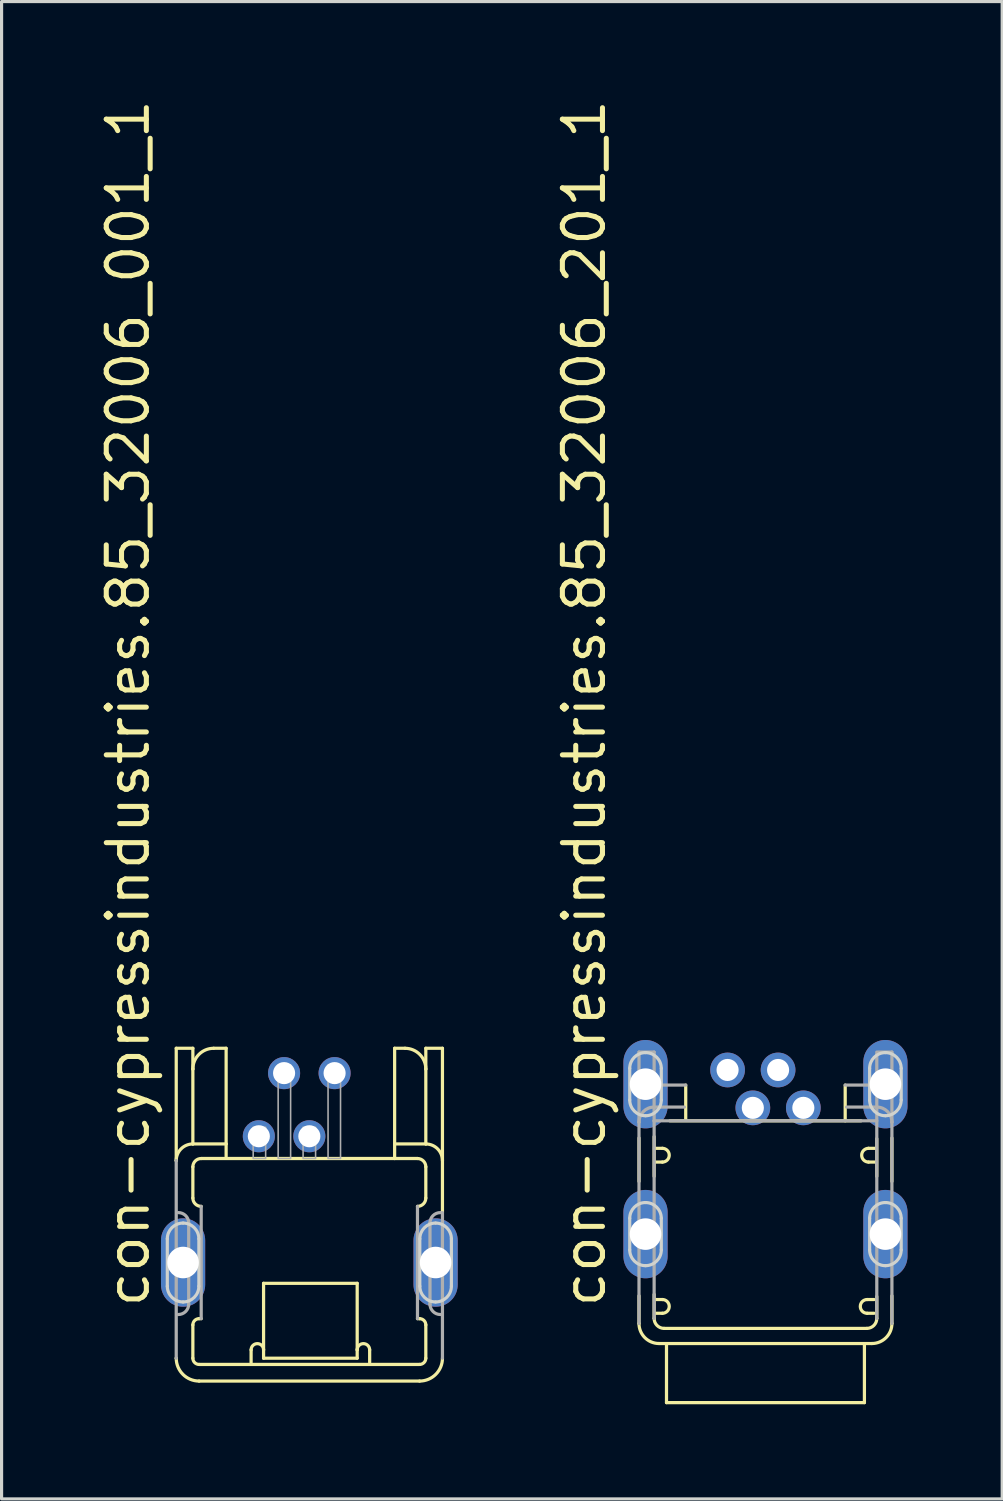
<source format=kicad_pcb>
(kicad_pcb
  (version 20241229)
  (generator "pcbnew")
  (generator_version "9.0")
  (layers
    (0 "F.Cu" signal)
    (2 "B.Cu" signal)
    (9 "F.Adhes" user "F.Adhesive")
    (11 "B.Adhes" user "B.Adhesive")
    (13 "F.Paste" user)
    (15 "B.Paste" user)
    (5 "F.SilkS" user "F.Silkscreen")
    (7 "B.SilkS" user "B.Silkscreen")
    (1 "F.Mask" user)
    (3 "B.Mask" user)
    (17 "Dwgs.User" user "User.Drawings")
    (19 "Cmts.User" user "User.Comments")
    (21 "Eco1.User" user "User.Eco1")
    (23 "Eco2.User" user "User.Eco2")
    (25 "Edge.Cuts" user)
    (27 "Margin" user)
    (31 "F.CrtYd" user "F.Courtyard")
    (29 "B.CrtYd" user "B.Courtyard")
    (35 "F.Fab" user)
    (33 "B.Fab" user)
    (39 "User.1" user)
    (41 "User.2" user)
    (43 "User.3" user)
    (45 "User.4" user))
  (footprint "con-cypressindustries.85_32006_001_1"
    (layer "F.Cu")
    (at 6.75 36.947)
    (property "Reference" "con-cypressindustries.85_32006_001_1" (at -5 1.5 90) (layer "F.SilkS") (effects (font (size 1.27 1.27) (thickness 0.16)) (justify left bottom)))
    (attr through_hole)
    (fp_line (start -4.217 -6.787) (end -4.217 -3.229) (stroke (width 0.102) (type default)) (layer "F.SilkS"))
    (fp_line (start -4.217 -6.787) (end -3.69 -6.787) (stroke (width 0.102) (type default)) (layer "F.SilkS"))
    (fp_line (start -4.217 -3.229) (end -4.217 -3.229) (stroke (width 0.102) (type default)) (layer "F.SilkS"))
    (fp_line (start -4.217 3.031) (end -4.217 3.031) (stroke (width 0.102) (type default)) (layer "F.SilkS"))
    (fp_line (start -3.69 -6.787) (end -3.69 -6.128) (stroke (width 0.102) (type default)) (layer "F.SilkS"))
    (fp_line (start -3.69 -6.128) (end -3.69 -3.756) (stroke (width 0.102) (type default)) (layer "F.SilkS"))
    (fp_line (start -3.69 -3.756) (end -2.636 -3.756) (stroke (width 0.102) (type default)) (layer "F.SilkS"))
    (fp_line (start -3.69 -3.031) (end -3.69 -2.043) (stroke (width 0.102) (type default)) (layer "F.SilkS"))
    (fp_line (start -3.69 1.977) (end -3.69 3.031) (stroke (width 0.102) (type default)) (layer "F.SilkS"))
    (fp_line (start -3.492 3.229) (end 3.492 3.229) (stroke (width 0.102) (type default)) (layer "F.SilkS"))
    (fp_line (start -3.492 3.756) (end 3.492 3.756) (stroke (width 0.102) (type default)) (layer "F.SilkS"))
    (fp_line (start -3.426 1.779) (end -3.492 1.779) (stroke (width 0.102) (type default)) (layer "F.SilkS"))
    (fp_line (start -2.636 -6.787) (end -3.031 -6.787) (stroke (width 0.102) (type default)) (layer "F.SilkS"))
    (fp_line (start -2.636 -3.756) (end -2.636 -6.787) (stroke (width 0.102) (type default)) (layer "F.SilkS"))
    (fp_line (start -2.636 -3.756) (end -2.636 -3.36) (stroke (width 0.102) (type default)) (layer "F.SilkS"))
    (fp_line (start -1.845 3.163) (end -1.845 2.767) (stroke (width 0.102) (type default)) (layer "F.SilkS"))
    (fp_line (start -1.45 0.659) (end 1.516 0.659) (stroke (width 0.102) (type default)) (layer "F.SilkS"))
    (fp_line (start -1.45 2.767) (end -1.45 0.659) (stroke (width 0.102) (type default)) (layer "F.SilkS"))
    (fp_line (start -1.45 3.031) (end -1.45 2.767) (stroke (width 0.102) (type default)) (layer "F.SilkS"))
    (fp_line (start 1.516 0.659) (end 1.516 2.767) (stroke (width 0.102) (type default)) (layer "F.SilkS"))
    (fp_line (start 1.516 2.767) (end 1.516 3.031) (stroke (width 0.102) (type default)) (layer "F.SilkS"))
    (fp_line (start 1.516 3.031) (end -1.45 3.031) (stroke (width 0.102) (type default)) (layer "F.SilkS"))
    (fp_line (start 1.911 3.163) (end 1.911 2.767) (stroke (width 0.102) (type default)) (layer "F.SilkS"))
    (fp_line (start 2.702 -6.787) (end 2.702 -3.756) (stroke (width 0.102) (type default)) (layer "F.SilkS"))
    (fp_line (start 2.702 -6.787) (end 3.031 -6.787) (stroke (width 0.102) (type default)) (layer "F.SilkS"))
    (fp_line (start 2.702 -3.756) (end 2.702 -3.295) (stroke (width 0.102) (type default)) (layer "F.SilkS"))
    (fp_line (start 2.702 -3.756) (end 3.69 -3.756) (stroke (width 0.102) (type default)) (layer "F.SilkS"))
    (fp_line (start 2.702 -3.295) (end -3.426 -3.295) (stroke (width 0.102) (type default)) (layer "F.SilkS"))
    (fp_line (start 2.702 -3.295) (end 3.426 -3.295) (stroke (width 0.102) (type default)) (layer "F.SilkS"))
    (fp_line (start 3.492 1.779) (end 3.426 1.779) (stroke (width 0.102) (type default)) (layer "F.SilkS"))
    (fp_line (start 3.69 -6.787) (end 3.69 -6.128) (stroke (width 0.102) (type default)) (layer "F.SilkS"))
    (fp_line (start 3.69 -6.128) (end 3.69 -3.756) (stroke (width 0.102) (type default)) (layer "F.SilkS"))
    (fp_line (start 3.69 -3.031) (end 3.69 -2.043) (stroke (width 0.102) (type default)) (layer "F.SilkS"))
    (fp_line (start 3.69 1.977) (end 3.69 3.031) (stroke (width 0.102) (type default)) (layer "F.SilkS"))
    (fp_line (start 4.217 -6.787) (end 3.69 -6.787) (stroke (width 0.102) (type default)) (layer "F.SilkS"))
    (fp_line (start 4.217 -1.581) (end 4.217 -6.787) (stroke (width 0.102) (type default)) (layer "F.SilkS"))
    (fp_arc (start -4.217 -3.2287) (mid -4.062587 -3.601387) (end -3.6899 -3.7558) (stroke (width 0.1016) (type default)) (layer "F.SilkS"))
    (fp_arc (start -3.6899 -6.1279) (mid -3.496883 -6.593783) (end -3.031 -6.7868) (stroke (width 0.1016) (type default)) (layer "F.SilkS"))
    (fp_arc (start -3.6899 -3.0309) (mid -3.612693 -3.217293) (end -3.4263 -3.2945) (stroke (width 0.1016) (type default)) (layer "F.SilkS"))
    (fp_arc (start -3.6899 1.9768) (mid -3.631995 1.837005) (end -3.4922 1.7791) (stroke (width 0.1016) (type default)) (layer "F.SilkS"))
    (fp_arc (start -3.4922 3.2287) (mid -3.631966 3.170766) (end -3.6899 3.031) (stroke (width 0.1016) (type default)) (layer "F.SilkS"))
    (fp_arc (start -3.4922 3.7557) (mid -4.004711 3.543411) (end -4.217 3.0309) (stroke (width 0.1016) (type default)) (layer "F.SilkS"))
    (fp_arc (start -3.4263 -1.779) (mid -3.612693 -1.856207) (end -3.6899 -2.0426) (stroke (width 0.1016) (type default)) (layer "F.SilkS"))
    (fp_arc (start -1.8449 2.7674) (mid -1.64725 2.56975) (end -1.4496 2.7674) (stroke (width 0.1016) (type default)) (layer "F.SilkS"))
    (fp_arc (start 1.5155 2.7674) (mid 1.7132 2.5697) (end 1.9109 2.7674) (stroke (width 0.1016) (type default)) (layer "F.SilkS"))
    (fp_arc (start 3.031 -6.7868) (mid 3.496913 -6.593813) (end 3.6899 -6.1279) (stroke (width 0.1016) (type default)) (layer "F.SilkS"))
    (fp_arc (start 3.4263 -3.2945) (mid 3.612693 -3.217293) (end 3.6899 -3.0309) (stroke (width 0.1016) (type default)) (layer "F.SilkS"))
    (fp_arc (start 3.4922 1.7791) (mid 3.632083 1.836917) (end 3.6899 1.9768) (stroke (width 0.1016) (type default)) (layer "F.SilkS"))
    (fp_arc (start 3.6899 -2.0426) (mid 3.612693 -1.856207) (end 3.4263 -1.779) (stroke (width 0.1016) (type default)) (layer "F.SilkS"))
    (fp_arc (start 3.6899 3.031) (mid 3.631995 3.170795) (end 3.4922 3.2287) (stroke (width 0.1016) (type default)) (layer "F.SilkS"))
    (fp_arc (start 3.69 -3.7558) (mid 4.062716 -3.601416) (end 4.2171 -3.2287) (stroke (width 0.1016) (type default)) (layer "F.SilkS"))
    (fp_arc (start 4.217 3.031) (mid 4.004711 3.543511) (end 3.4922 3.7558) (stroke (width 0.1016) (type default)) (layer "F.SilkS"))
    (fp_line (start -4.5 0.75) (end -4.5 -0.75) (stroke (width 0.1) (type default)) (layer "Edge.Cuts"))
    (fp_line (start -3.5 -0.75) (end -3.5 0.75) (stroke (width 0.1) (type default)) (layer "Edge.Cuts"))
    (fp_line (start 3.5 0.75) (end 3.5 -0.75) (stroke (width 0.1) (type default)) (layer "Edge.Cuts"))
    (fp_line (start 4.5 -0.75) (end 4.5 0.75) (stroke (width 0.1) (type default)) (layer "Edge.Cuts"))
    (fp_arc (start -4.5 -0.75) (mid -4.353553 -1.103553) (end -4 -1.25) (stroke (width 0.1) (type default)) (layer "Edge.Cuts"))
    (fp_arc (start -4 -1.25) (mid -3.646447 -1.103553) (end -3.5 -0.75) (stroke (width 0.1) (type default)) (layer "Edge.Cuts"))
    (fp_arc (start -4 1.25) (mid -4.353553 1.103553) (end -4.5 0.75) (stroke (width 0.1) (type default)) (layer "Edge.Cuts"))
    (fp_arc (start -3.5 0.75) (mid -3.646447 1.103553) (end -4 1.25) (stroke (width 0.1) (type default)) (layer "Edge.Cuts"))
    (fp_arc (start 3.5 -0.75) (mid 3.646447 -1.103553) (end 4 -1.25) (stroke (width 0.1) (type default)) (layer "Edge.Cuts"))
    (fp_arc (start 4 -1.25) (mid 4.353553 -1.103553) (end 4.5 -0.75) (stroke (width 0.1) (type default)) (layer "Edge.Cuts"))
    (fp_arc (start 4 1.25) (mid 3.646447 1.103553) (end 3.5 0.75) (stroke (width 0.1) (type default)) (layer "Edge.Cuts"))
    (fp_arc (start 4.5 0.75) (mid 4.353553 1.103553) (end 4 1.25) (stroke (width 0.1) (type default)) (layer "Edge.Cuts"))
    (fp_line (start -4.217 -3.229) (end -4.217 3.031) (stroke (width 0.102) (type default)) (layer "F.Fab"))
    (fp_line (start -3.822 -1.252) (end -3.822 1.318) (stroke (width 0.102) (type default)) (layer "F.Fab"))
    (fp_line (start -3.426 -1.779) (end -3.426 1.779) (stroke (width 0.102) (type default)) (layer "F.Fab"))
    (fp_line (start 3.426 1.779) (end 3.426 -1.779) (stroke (width 0.102) (type default)) (layer "F.Fab"))
    (fp_line (start 3.822 1.318) (end 3.822 -1.252) (stroke (width 0.102) (type default)) (layer "F.Fab"))
    (fp_line (start 4.217 3.031) (end 4.217 -1.581) (stroke (width 0.102) (type default)) (layer "F.Fab"))
    (fp_rect (start -1.779 -3.295) (end -1.384 -4.283) (stroke (width 0.05) (type default)) (fill no) (layer "F.Fab"))
    (fp_rect (start -0.988 -3.295) (end -0.593 -6.26) (stroke (width 0.05) (type default)) (fill no) (layer "F.Fab"))
    (fp_rect (start -0.198 -3.295) (end 0.198 -4.283) (stroke (width 0.05) (type default)) (fill no) (layer "F.Fab"))
    (fp_rect (start 0.593 -3.295) (end 0.988 -6.26) (stroke (width 0.05) (type default)) (fill no) (layer "F.Fab"))
    (fp_arc (start -4.151 -1.5813) (mid -3.918079 -1.484821) (end -3.8216 -1.2519) (stroke (width 0.1016) (type default)) (layer "F.Fab"))
    (fp_arc (start -3.8217 1.3179) (mid -3.918179 1.550821) (end -4.1511 1.6473) (stroke (width 0.1016) (type default)) (layer "F.Fab"))
    (fp_arc (start 3.8218 -1.252) (mid 3.918279 -1.484921) (end 4.1512 -1.5814) (stroke (width 0.1016) (type default)) (layer "F.Fab"))
    (fp_arc (start 4.1511 1.6472) (mid 3.918179 1.550721) (end 3.8217 1.3178) (stroke (width 0.1016) (type default)) (layer "F.Fab"))
    (pad "1" thru_hole circle (at -1.6 -4) (size 1.016 1.016) (drill 0.7) (layers "*.Cu" "*.Mask"))
    (pad "2" thru_hole circle (at -0.8 -6) (size 1.016 1.016) (drill 0.7) (layers "*.Cu" "*.Mask"))
    (pad "3" thru_hole circle (at 0 -4) (size 1.016 1.016) (drill 0.7) (layers "*.Cu" "*.Mask"))
    (pad "4" thru_hole circle (at 0.8 -6) (size 1.016 1.016) (drill 0.7) (layers "*.Cu" "*.Mask"))
    (pad "M1" thru_hole oval (at -4 0 90) (size 2.8 1.4) (drill 1) (layers "*.Cu" "*.Mask"))
    (pad "M2" thru_hole oval (at 4 0 90) (size 2.8 1.4) (drill 1) (layers "*.Cu" "*.Mask")))
  (footprint "con-cypressindustries.85_32006_201_1"
    (layer "F.Cu")
    (at 21.2 38.947)
    (property "Reference" "con-cypressindustries.85_32006_201_1" (at -5 -0.5 90) (layer "F.SilkS") (effects (font (size 1.27 1.27) (thickness 0.16)) (justify left bottom)))
    (attr through_hole)
    (fp_line (start -4.006 -5.945) (end -4.006 -4.569) (stroke (width 0.102) (type default)) (layer "F.SilkS"))
    (fp_line (start -4.006 -0.945) (end -4.006 -0.069) (stroke (width 0.102) (type default)) (layer "F.SilkS"))
    (fp_line (start -3.527 -5.989) (end -3.527 -4.73) (stroke (width 0.102) (type default)) (layer "F.SilkS"))
    (fp_line (start -3.527 -0.989) (end -3.527 -0.23) (stroke (width 0.102) (type default)) (layer "F.SilkS"))
    (fp_line (start -3.484 -5.618) (end -3.266 -5.618) (stroke (width 0.102) (type default)) (layer "F.SilkS"))
    (fp_line (start -3.484 -0.827) (end -3.266 -0.827) (stroke (width 0.102) (type default)) (layer "F.SilkS"))
    (fp_line (start -3.371 0.566) (end 3.371 0.566) (stroke (width 0.102) (type default)) (layer "F.SilkS"))
    (fp_line (start -3.266 -5.182) (end -3.484 -5.182) (stroke (width 0.102) (type default)) (layer "F.SilkS"))
    (fp_line (start -3.266 -0.392) (end -3.484 -0.392) (stroke (width 0.102) (type default)) (layer "F.SilkS"))
    (fp_line (start -3.21 0.087) (end 3.21 0.087) (stroke (width 0.102) (type default)) (layer "F.SilkS"))
    (fp_line (start -3.135 0.61) (end -3.135 2.439) (stroke (width 0.102) (type default)) (layer "F.SilkS"))
    (fp_line (start -3.135 2.439) (end 3.135 2.439) (stroke (width 0.102) (type default)) (layer "F.SilkS"))
    (fp_line (start -2.526 -7.621) (end -2.526 -6.532) (stroke (width 0.102) (type default)) (layer "F.SilkS"))
    (fp_line (start 2.526 -7.621) (end 2.526 -6.489) (stroke (width 0.102) (type default)) (layer "F.SilkS"))
    (fp_line (start 3.027 -6.489) (end -3.027 -6.489) (stroke (width 0.102) (type default)) (layer "F.SilkS"))
    (fp_line (start 3.135 2.439) (end 3.135 0.61) (stroke (width 0.102) (type default)) (layer "F.SilkS"))
    (fp_line (start 3.223 -0.827) (end 3.44 -0.827) (stroke (width 0.102) (type default)) (layer "F.SilkS"))
    (fp_line (start 3.266 -5.618) (end 3.484 -5.618) (stroke (width 0.102) (type default)) (layer "F.SilkS"))
    (fp_line (start 3.44 -0.392) (end 3.223 -0.392) (stroke (width 0.102) (type default)) (layer "F.SilkS"))
    (fp_line (start 3.484 -5.182) (end 3.266 -5.182) (stroke (width 0.102) (type default)) (layer "F.SilkS"))
    (fp_line (start 3.527 -4.73) (end 3.527 -5.924) (stroke (width 0.102) (type default)) (layer "F.SilkS"))
    (fp_line (start 3.527 -0.23) (end 3.527 -0.924) (stroke (width 0.102) (type default)) (layer "F.SilkS"))
    (fp_line (start 4.006 -4.569) (end 4.006 -5.945) (stroke (width 0.102) (type default)) (layer "F.SilkS"))
    (fp_line (start 4.006 -0.069) (end 4.006 -0.945) (stroke (width 0.102) (type default)) (layer "F.SilkS"))
    (fp_arc (start -3.3714 0.5662) (mid -3.820413 0.380213) (end -4.0064 -0.0688) (stroke (width 0.1016) (type default)) (layer "F.SilkS"))
    (fp_arc (start -3.266 -5.6177) (mid -3.04825 -5.39995) (end -3.266 -5.1822) (stroke (width 0.1016) (type default)) (layer "F.SilkS"))
    (fp_arc (start -3.266 -0.8274) (mid -3.04825 -0.60965) (end -3.266 -0.3919) (stroke (width 0.1016) (type default)) (layer "F.SilkS"))
    (fp_arc (start -3.2098 0.0871) (mid -3.434336 -0.005864) (end -3.5273 -0.2304) (stroke (width 0.1016) (type default)) (layer "F.SilkS"))
    (fp_arc (start 3.2226 -0.3919) (mid 3.00485 -0.60965) (end 3.2226 -0.8274) (stroke (width 0.1016) (type default)) (layer "F.SilkS"))
    (fp_arc (start 3.2661 -5.1822) (mid 3.04835 -5.39995) (end 3.2661 -5.6177) (stroke (width 0.1016) (type default)) (layer "F.SilkS"))
    (fp_arc (start 3.5274 -0.2304) (mid 3.434436 -0.005864) (end 3.2099 0.0871) (stroke (width 0.1016) (type default)) (layer "F.SilkS"))
    (fp_arc (start 4.0064 -0.0688) (mid 3.820413 0.380213) (end 3.3714 0.5662) (stroke (width 0.1016) (type default)) (layer "F.SilkS"))
    (fp_line (start -4.3 -7.15) (end -4.3 -8.15) (stroke (width 0.1) (type default)) (layer "Edge.Cuts"))
    (fp_line (start -4.3 -2.4) (end -4.3 -3.4) (stroke (width 0.1) (type default)) (layer "Edge.Cuts"))
    (fp_line (start -3.3 -8.15) (end -3.3 -7.15) (stroke (width 0.1) (type default)) (layer "Edge.Cuts"))
    (fp_line (start -3.3 -3.4) (end -3.3 -2.4) (stroke (width 0.1) (type default)) (layer "Edge.Cuts"))
    (fp_line (start 3.3 -7.15) (end 3.3 -8.15) (stroke (width 0.1) (type default)) (layer "Edge.Cuts"))
    (fp_line (start 3.3 -2.4) (end 3.3 -3.4) (stroke (width 0.1) (type default)) (layer "Edge.Cuts"))
    (fp_line (start 4.3 -8.15) (end 4.3 -7.15) (stroke (width 0.1) (type default)) (layer "Edge.Cuts"))
    (fp_line (start 4.3 -3.4) (end 4.3 -2.4) (stroke (width 0.1) (type default)) (layer "Edge.Cuts"))
    (fp_arc (start -4.3 -8.15) (mid -4.153553 -8.503553) (end -3.8 -8.65) (stroke (width 0.1) (type default)) (layer "Edge.Cuts"))
    (fp_arc (start -4.3 -3.4) (mid -4.153553 -3.753553) (end -3.8 -3.9) (stroke (width 0.1) (type default)) (layer "Edge.Cuts"))
    (fp_arc (start -3.8 -8.65) (mid -3.446447 -8.503553) (end -3.3 -8.15) (stroke (width 0.1) (type default)) (layer "Edge.Cuts"))
    (fp_arc (start -3.8 -6.65) (mid -4.153553 -6.796447) (end -4.3 -7.15) (stroke (width 0.1) (type default)) (layer "Edge.Cuts"))
    (fp_arc (start -3.8 -3.9) (mid -3.446447 -3.753553) (end -3.3 -3.4) (stroke (width 0.1) (type default)) (layer "Edge.Cuts"))
    (fp_arc (start -3.8 -1.9) (mid -4.153553 -2.046447) (end -4.3 -2.4) (stroke (width 0.1) (type default)) (layer "Edge.Cuts"))
    (fp_arc (start -3.3 -7.15) (mid -3.446447 -6.796447) (end -3.8 -6.65) (stroke (width 0.1) (type default)) (layer "Edge.Cuts"))
    (fp_arc (start -3.3 -2.4) (mid -3.446447 -2.046447) (end -3.8 -1.9) (stroke (width 0.1) (type default)) (layer "Edge.Cuts"))
    (fp_arc (start 3.3 -8.15) (mid 3.446447 -8.503553) (end 3.8 -8.65) (stroke (width 0.1) (type default)) (layer "Edge.Cuts"))
    (fp_arc (start 3.3 -3.4) (mid 3.446447 -3.753553) (end 3.8 -3.9) (stroke (width 0.1) (type default)) (layer "Edge.Cuts"))
    (fp_arc (start 3.8 -8.65) (mid 4.153553 -8.503553) (end 4.3 -8.15) (stroke (width 0.1) (type default)) (layer "Edge.Cuts"))
    (fp_arc (start 3.8 -6.65) (mid 3.446447 -6.796447) (end 3.3 -7.15) (stroke (width 0.1) (type default)) (layer "Edge.Cuts"))
    (fp_arc (start 3.8 -3.9) (mid 4.153553 -3.753553) (end 4.3 -3.4) (stroke (width 0.1) (type default)) (layer "Edge.Cuts"))
    (fp_arc (start 3.8 -1.9) (mid 3.446447 -2.046447) (end 3.3 -2.4) (stroke (width 0.1) (type default)) (layer "Edge.Cuts"))
    (fp_arc (start 4.3 -7.15) (mid 4.153553 -6.796447) (end 3.8 -6.65) (stroke (width 0.1) (type default)) (layer "Edge.Cuts"))
    (fp_arc (start 4.3 -2.4) (mid 4.153553 -2.046447) (end 3.8 -1.9) (stroke (width 0.1) (type default)) (layer "Edge.Cuts"))
    (fp_line (start -4.006 -8.666) (end -4.006 -6.445) (stroke (width 0.102) (type default)) (layer "F.Fab"))
    (fp_line (start -4.006 -8.666) (end -3.527 -8.666) (stroke (width 0.102) (type default)) (layer "F.Fab"))
    (fp_line (start -4.006 -6.445) (end -4.006 -0.069) (stroke (width 0.102) (type default)) (layer "F.Fab"))
    (fp_line (start -3.527 -8.666) (end -3.527 -7.621) (stroke (width 0.102) (type default)) (layer "F.Fab"))
    (fp_line (start -3.527 -7.621) (end -3.527 -6.489) (stroke (width 0.102) (type default)) (layer "F.Fab"))
    (fp_line (start -3.527 -7.621) (end -2.526 -7.621) (stroke (width 0.102) (type default)) (layer "F.Fab"))
    (fp_line (start -3.527 -6.489) (end -3.527 -0.23) (stroke (width 0.102) (type default)) (layer "F.Fab"))
    (fp_line (start -2.569 -6.924) (end -3.527 -6.924) (stroke (width 0.102) (type default)) (layer "F.Fab"))
    (fp_line (start 2.569 -6.924) (end 3.527 -6.924) (stroke (width 0.102) (type default)) (layer "F.Fab"))
    (fp_line (start 3.527 -7.621) (end 2.526 -7.621) (stroke (width 0.102) (type default)) (layer "F.Fab"))
    (fp_line (start 3.527 -6.924) (end 3.527 -8.666) (stroke (width 0.102) (type default)) (layer "F.Fab"))
    (fp_line (start 3.527 -6.489) (end -3.527 -6.489) (stroke (width 0.102) (type default)) (layer "F.Fab"))
    (fp_line (start 3.527 -0.23) (end 3.527 -6.924) (stroke (width 0.102) (type default)) (layer "F.Fab"))
    (fp_line (start 4.006 -8.666) (end 3.571 -8.666) (stroke (width 0.102) (type default)) (layer "F.Fab"))
    (fp_line (start 4.006 -6.445) (end 4.006 -8.666) (stroke (width 0.102) (type default)) (layer "F.Fab"))
    (fp_line (start 4.006 -0.069) (end 4.006 -6.445) (stroke (width 0.102) (type default)) (layer "F.Fab"))
    (fp_arc (start -4.0064 -6.4451) (mid -3.866104 -6.783804) (end -3.5274 -6.9241) (stroke (width 0.1016) (type default)) (layer "F.Fab"))
    (fp_arc (start 3.5274 -6.9241) (mid 3.866104 -6.783804) (end 4.0064 -6.4451) (stroke (width 0.1016) (type default)) (layer "F.Fab"))
    (pad "1" thru_hole circle (at -1.2 -8.1) (size 1.1 1.1) (drill 0.7) (layers "*.Cu" "*.Mask"))
    (pad "2" thru_hole circle (at -0.4 -6.9) (size 1.1 1.1) (drill 0.7) (layers "*.Cu" "*.Mask"))
    (pad "3" thru_hole circle (at 0.4 -8.1) (size 1.1 1.1) (drill 0.7) (layers "*.Cu" "*.Mask"))
    (pad "4" thru_hole circle (at 1.2 -6.9) (size 1.1 1.1) (drill 0.7) (layers "*.Cu" "*.Mask"))
    (pad "M1" thru_hole oval (at -3.8 -2.9 90) (size 2.8 1.4) (drill 1) (layers "*.Cu" "*.Mask"))
    (pad "M2" thru_hole oval (at 3.8 -2.9 90) (size 2.8 1.4) (drill 1) (layers "*.Cu" "*.Mask"))
    (pad "M3" thru_hole oval (at -3.8 -7.65 90) (size 2.8 1.4) (drill 1) (layers "*.Cu" "*.Mask"))
    (pad "M4" thru_hole oval (at 3.8 -7.65 90) (size 2.8 1.4) (drill 1) (layers "*.Cu" "*.Mask")))
  (gr_rect
    (start -3 -3)
    (end 28.7 44.436)
    (stroke (width 0.1) (type default))
    (fill no)
    (layer "Edge.Cuts")))
</source>
